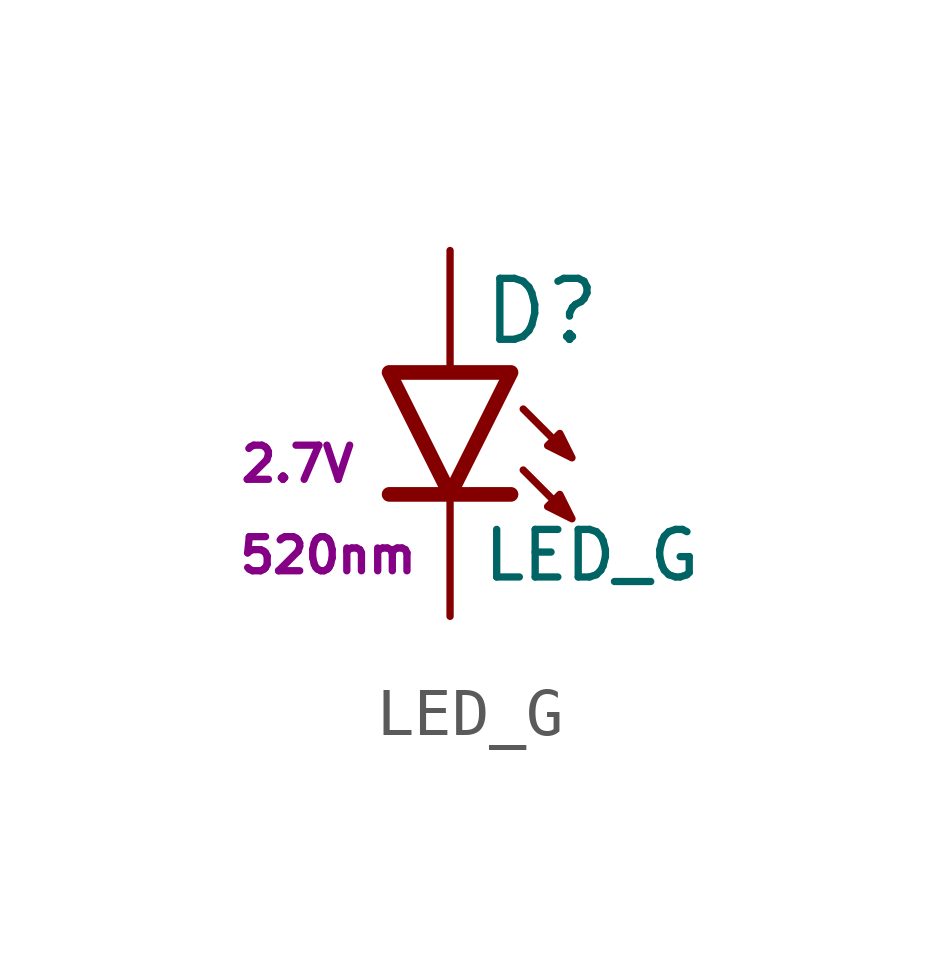
<source format=kicad_sym>
(kicad_symbol_lib
  (version 20211014)
  (generator kicad_symbol_editor)
  (symbol "LED_G"
    (pin_numbers hide)
    (pin_names
      (offset 0.254) hide)
    (property "Reference" "D"
      (at 0.635 2.54 0)
      (effects (font (size 1.27 1.27)) (justify left)))
    (property "Value" "LED_G"
      (at 0.635 -2.54 0)
      (effects (font (size 0.991 0.991)) (justify left)))
    (property "Vd" "2.7V"
      (at -3.175 -0.635 0)
      (effects (font (size 0.711 0.711))))
    (property "Wavelength" "520nm"
      (at -2.54 -2.54 0)
      (effects (font (size 0.711 0.711))))
    (symbol "LED_G_1_1"
      (polyline (pts (xy 1.27 -1.27) (xy -1.27 -1.27)) (stroke (width 0.305) (type default) (color 0 0 0 0)) (fill (type none)))
      (polyline (pts (xy 1.27 1.27) (xy -1.27 1.27) (xy 0 -1.27) (xy 1.27 1.27)) (stroke (width 0.305) (type default) (color 0 0 0 0)) (fill (type none)))
      (polyline (pts (xy 1.524 -0.762) (xy 2.54 -1.778) (xy 2.286 -1.27) (xy 2.032 -1.524) (xy 2.54 -1.778)) (stroke (width 0) (type default) (color 0 0 0 0)) (fill (type none)))
      (polyline (pts (xy 1.524 0.508) (xy 2.54 -0.508) (xy 2.286 0) (xy 2.032 -0.254) (xy 2.54 -0.508)) (stroke (width 0) (type default) (color 0 0 0 0)) (fill (type none)))
      (pin passive line (at 0 -3.81 90) (length 2.54) (name "K" (effects (font (size 1.27 1.27)))) (number "1" (effects (font (size 1.27 1.27)))))
      (pin passive line (at 0 3.81 270) (length 2.54) (name "A" (effects (font (size 1.27 1.27)))) (number "2" (effects (font (size 1.27 1.27))))))))
</source>
